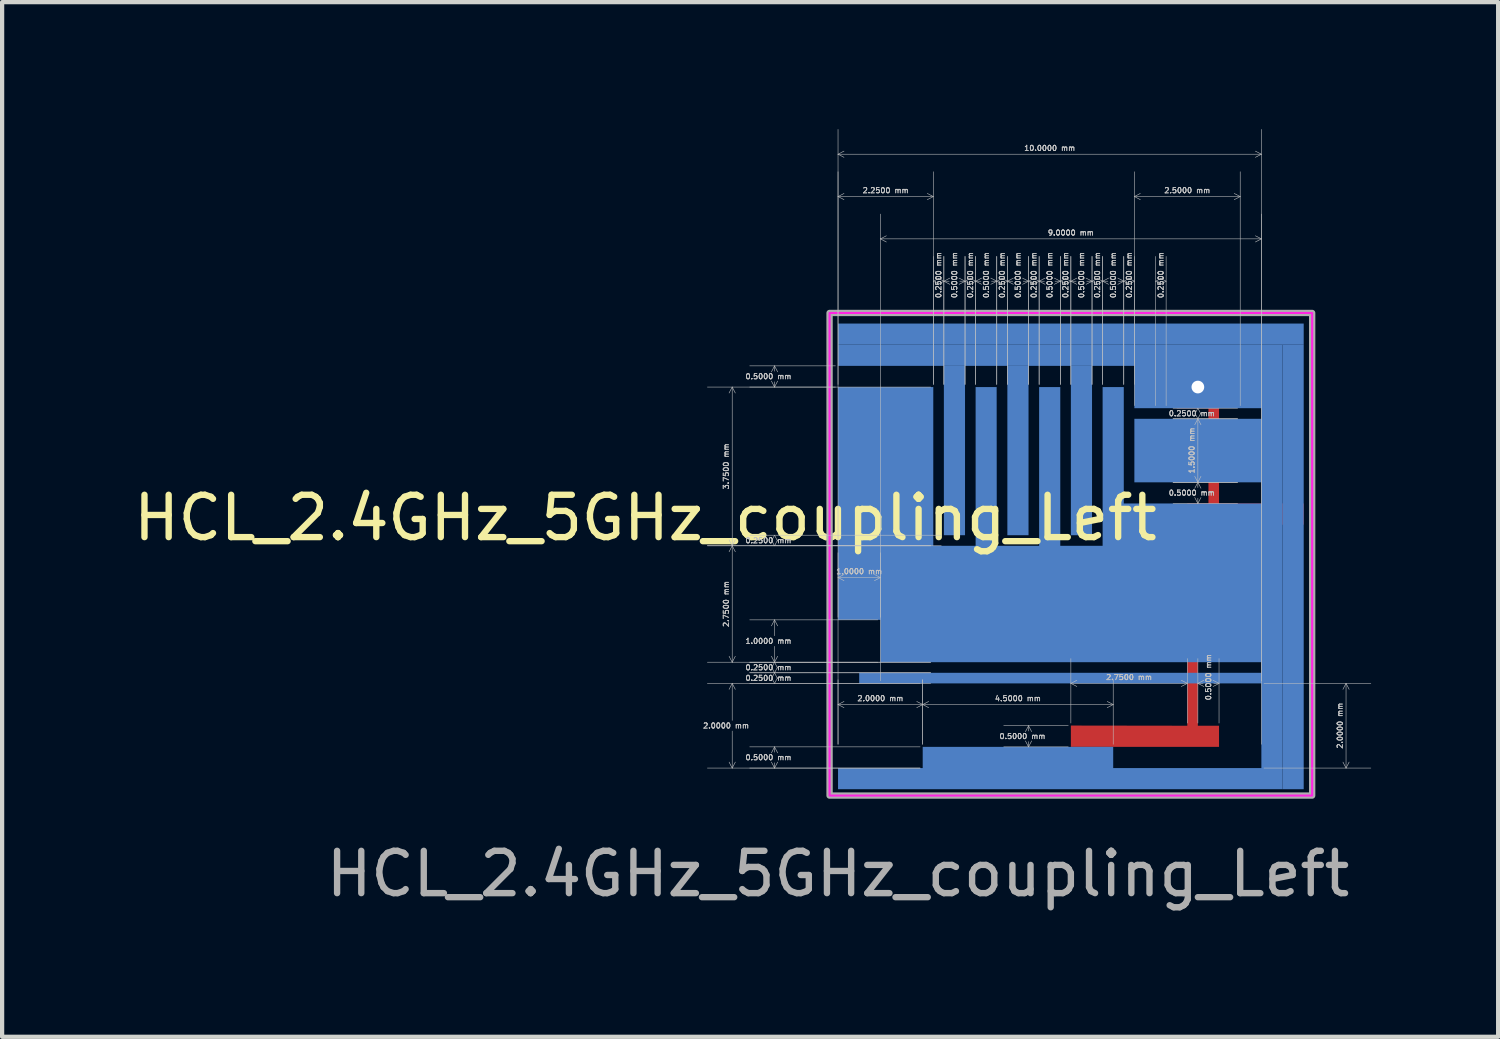
<source format=kicad_pcb>
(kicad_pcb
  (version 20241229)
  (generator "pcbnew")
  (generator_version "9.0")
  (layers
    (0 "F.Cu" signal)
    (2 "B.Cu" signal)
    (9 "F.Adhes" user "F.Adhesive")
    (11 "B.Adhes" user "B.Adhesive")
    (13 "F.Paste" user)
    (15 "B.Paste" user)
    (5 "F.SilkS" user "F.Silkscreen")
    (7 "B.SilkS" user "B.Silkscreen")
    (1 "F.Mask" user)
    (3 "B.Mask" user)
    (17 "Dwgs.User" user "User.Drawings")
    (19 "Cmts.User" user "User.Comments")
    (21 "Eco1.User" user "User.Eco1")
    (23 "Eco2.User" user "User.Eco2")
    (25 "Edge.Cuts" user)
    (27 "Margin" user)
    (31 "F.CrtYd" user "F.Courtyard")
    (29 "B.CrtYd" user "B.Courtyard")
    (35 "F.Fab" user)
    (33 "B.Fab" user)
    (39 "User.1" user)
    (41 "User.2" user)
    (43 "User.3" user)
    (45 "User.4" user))
  (footprint "HCL_2.4GHz_5GHz_coupling_Left"
    (layer "F.Cu")
    (at 16.746 15.593)
    (property "Reference" "HCL_2.4GHz_5GHz_coupling_Left" (at -4.55 -6.41 0) (layer "F.SilkS") (effects (font (size 1 1) (thickness 0.15))))
    (attr exclude_from_pos_files exclude_from_bom)
    (fp_poly (pts (xy 9 -9) (xy 8.75 -9) (xy 8.75 -6.75) (xy 8.25 -6.75) (xy 8.25 -1.5) (xy 5.5 -1.504) (xy 5.5 -1) (xy 8.25 -1) (xy 8.5 -1) (xy 9 -1) (xy 9 -1.5) (xy 8.5 -1.5) (xy 8.5 -6.25) (xy 10.5 -6.25) (xy 10.5 -6.75) (xy 9 -6.75)) (stroke (width 0) (type solid)) (fill yes) (layer "F.Cu"))
    (fp_rect (start 2.5 -10) (end 3 -6) (stroke (width 0) (type solid)) (fill yes) (layer "B.Cu"))
    (fp_rect (start 4 -10) (end 4.5 -6) (stroke (width 0) (type solid)) (fill yes) (layer "B.Cu"))
    (fp_rect (start 5.5 -10) (end 6 -6) (stroke (width 0) (type solid)) (fill yes) (layer "B.Cu"))
    (fp_poly (pts (xy 10.5 0) (xy 10.5 -10.5) (xy 0 -10.5) (xy 0 -10) (xy 7 -10) (xy 7 -9) (xy 10 -9) (xy 10 -8.75) (xy 7 -8.75) (xy 7 -7.25) (xy 10 -7.25) (xy 10 -6.75) (xy 6.75 -6.75) (xy 6.75 -9.5) (xy 6.25 -9.5) (xy 6.25 -5.75) (xy 5.25 -5.75) (xy 5.25 -9.5) (xy 4.75 -9.5) (xy 4.75 -5.75) (xy 3.75 -5.75) (xy 3.747 -9.5) (xy 3.25 -9.5) (xy 3.25 -5.75) (xy 2.25 -5.75) (xy 2.25 -9.5) (xy 0 -9.5) (xy 0 -4) (xy 1 -4) (xy 1 -3) (xy 10 -3) (xy 10 -2.75) (xy 0.5 -2.75) (xy 0.5 -2.5) (xy 10 -2.5) (xy 10 -0.5) (xy 6.5 -0.5) (xy 6.5 -1) (xy 2 -1) (xy 2 -0.5) (xy 0 -0.5) (xy 0 0)) (stroke (width 0) (type solid)) (fill yes) (layer "B.Cu"))
    (fp_rect (start -0.2 -11.25) (end 11.2 0.15) (stroke (width 0.05) (type default)) (fill no) (layer "F.CrtYd"))
    (fp_rect (start -0.2 -11.25) (end 11.2 0.15) (stroke (width 0.15) (type default)) (fill no) (layer "F.Fab"))
    (fp_text user "${REFERENCE}" (at 0 2 0) (layer "F.Fab") (effects (font (size 1 1) (thickness 0.15))))
    (dimension (type orthogonal) (layer "Dwgs.User") (pts (xy 21.996 6.093) (xy 22.246 6.093)) (height -2.5) (orientation 0) (format (prefix "") (suffix "") (units 3) (units_format 1) (precision 4)) (style (thickness 0.013) (arrow_length 0.159) (text_position_mode 0) (arrow_direction outward) (extension_height 0.586) (extension_offset 0.062)) (gr_text "0.2500 mm" (at 22.121 3.449 90) (layer "Dwgs.User") (effects (font (size 0.125 0.125) (thickness 0.019)))))
    (dimension (type orthogonal) (layer "Dwgs.User") (pts (xy 17.746 13.093) (xy 26.746 13.093)) (height -10.5) (orientation 0) (format (prefix "") (suffix "") (units 3) (units_format 1) (precision 4)) (style (thickness 0.013) (arrow_length 0.159) (text_position_mode 0) (arrow_direction outward) (extension_height 0.586) (extension_offset 0.062) (keep_text_aligned yes)) (gr_text "9.0000 mm" (at 22.246 2.449 0) (layer "Dwgs.User") (effects (font (size 0.125 0.125) (thickness 0.019)))))
    (dimension (type orthogonal) (layer "Dwgs.User") (pts (xy 18.996 12.593) (xy 18.996 9.843)) (height -4.75) (orientation 1) (format (prefix "") (suffix "") (units 3) (units_format 1) (precision 4)) (style (thickness 0.013) (arrow_length 0.159) (text_position_mode 0) (arrow_direction outward) (extension_height 0.586) (extension_offset 0.062) (keep_text_aligned yes)) (gr_text "2.7500 mm" (at 14.103 11.218 90) (layer "Dwgs.User") (effects (font (size 0.125 0.125) (thickness 0.019)))))
    (dimension (type orthogonal) (layer "Dwgs.User") (pts (xy 22.246 14.093) (xy 24.996 14.093)) (height -1) (orientation 0) (format (prefix "") (suffix "") (units 3) (units_format 1) (precision 4)) (style (thickness 0.013) (arrow_length 0.159) (text_position_mode 0) (arrow_direction outward) (extension_height 0.586) (extension_offset 0.062) (keep_text_aligned yes)) (gr_text "2.7500 mm" (at 23.621 12.949 0) (layer "Dwgs.User") (effects (font (size 0.125 0.125) (thickness 0.019)))))
    (dimension (type orthogonal) (layer "Dwgs.User") (pts (xy 26.246 6.843) (xy 26.246 6.593)) (height -1) (orientation 1) (format (prefix "") (suffix "") (units 3) (units_format 1) (precision 4)) (style (thickness 0.013) (arrow_length 0.159) (text_position_mode 0) (arrow_direction outward) (extension_height 0.586) (extension_offset 0.062)) (gr_text "0.2500 mm" (at 25.103 6.718 0) (layer "Dwgs.User") (effects (font (size 0.125 0.125) (thickness 0.019)))))
    (dimension (type orthogonal) (layer "Dwgs.User") (pts (xy 18.746 15.093) (xy 18.746 13.093)) (height -4.5) (orientation 1) (format (prefix "") (suffix "") (units 3) (units_format 1) (precision 4)) (style (thickness 0.013) (arrow_length 0.159) (text_position_mode 0) (arrow_direction outward) (extension_height 0.586) (extension_offset 0.062)) (gr_text "2.0000 mm" (at 14.103 14.093 0) (layer "Dwgs.User") (effects (font (size 0.125 0.125) (thickness 0.019)))))
    (dimension (type orthogonal) (layer "Dwgs.User") (pts (xy 20.746 6.093) (xy 21.246 6.093)) (height -2.5) (orientation 0) (format (prefix "") (suffix "") (units 3) (units_format 1) (precision 4)) (style (thickness 0.013) (arrow_length 0.159) (text_position_mode 0) (arrow_direction outward) (extension_height 0.586) (extension_offset 0.062)) (gr_text "0.5000 mm" (at 20.996 3.449 90) (layer "Dwgs.User") (effects (font (size 0.125 0.125) (thickness 0.019)))))
    (dimension (type orthogonal) (layer "Dwgs.User") (pts (xy 21.246 6.093) (xy 21.496 6.093)) (height -2.5) (orientation 0) (format (prefix "") (suffix "") (units 3) (units_format 1) (precision 4)) (style (thickness 0.013) (arrow_length 0.159) (text_position_mode 0) (arrow_direction outward) (extension_height 0.586) (extension_offset 0.062)) (gr_text "0.2500 mm" (at 21.371 3.449 90) (layer "Dwgs.User") (effects (font (size 0.125 0.125) (thickness 0.019)))))
    (dimension (type orthogonal) (layer "Dwgs.User") (pts (xy 26.246 8.843) (xy 26.246 8.343)) (height -1) (orientation 1) (format (prefix "") (suffix "") (units 3) (units_format 1) (precision 4)) (style (thickness 0.013) (arrow_length 0.159) (text_position_mode 0) (arrow_direction outward) (extension_height 0.586) (extension_offset 0.062)) (gr_text "0.5000 mm" (at 25.103 8.593 0) (layer "Dwgs.User") (effects (font (size 0.125 0.125) (thickness 0.019)))))
    (dimension (type orthogonal) (layer "Dwgs.User") (pts (xy 26.246 8.343) (xy 26.246 6.843)) (height -1) (orientation 1) (format (prefix "") (suffix "") (units 3) (units_format 1) (precision 4)) (style (thickness 0.013) (arrow_length 0.159) (text_position_mode 0) (arrow_direction outward) (extension_height 0.586) (extension_offset 0.062) (keep_text_aligned yes)) (gr_text "1.5000 mm" (at 25.103 7.593 90) (layer "Dwgs.User") (effects (font (size 0.125 0.125) (thickness 0.019)))))
    (dimension (type orthogonal) (layer "Dwgs.User") (pts (xy 26.746 15.093) (xy 26.746 13.093)) (height 2) (orientation 1) (format (prefix "") (suffix "") (units 3) (units_format 1) (precision 4)) (style (thickness 0.013) (arrow_length 0.159) (text_position_mode 0) (arrow_direction outward) (extension_height 0.586) (extension_offset 0.062) (keep_text_aligned yes)) (gr_text "2.0000 mm" (at 28.603 14.093 90) (layer "Dwgs.User") (effects (font (size 0.125 0.125) (thickness 0.019)))))
    (dimension (type orthogonal) (layer "Dwgs.User") (pts (xy 20.496 6.093) (xy 20.746 6.093)) (height -2.5) (orientation 0) (format (prefix "") (suffix "") (units 3) (units_format 1) (precision 4)) (style (thickness 0.013) (arrow_length 0.159) (text_position_mode 0) (arrow_direction outward) (extension_height 0.586) (extension_offset 0.062)) (gr_text "0.2500 mm" (at 20.621 3.449 90) (layer "Dwgs.User") (effects (font (size 0.125 0.125) (thickness 0.019)))))
    (dimension (type orthogonal) (layer "Dwgs.User") (pts (xy 19.996 6.093) (xy 20.496 6.093)) (height -2.5) (orientation 0) (format (prefix "") (suffix "") (units 3) (units_format 1) (precision 4)) (style (thickness 0.013) (arrow_length 0.159) (text_position_mode 0) (arrow_direction outward) (extension_height 0.586) (extension_offset 0.062)) (gr_text "0.5000 mm" (at 20.246 3.449 90) (layer "Dwgs.User") (effects (font (size 0.125 0.125) (thickness 0.019)))))
    (dimension (type orthogonal) (layer "Dwgs.User") (pts (xy 25.246 14.093) (xy 25.746 14.093)) (height -1) (orientation 0) (format (prefix "") (suffix "") (units 3) (units_format 1) (precision 4)) (style (thickness 0.013) (arrow_length 0.159) (text_position_mode 0) (arrow_direction outward) (extension_height 0.586) (extension_offset 0.062)) (gr_text "0.5000 mm" (at 25.496 12.949 90) (layer "Dwgs.User") (effects (font (size 0.125 0.125) (thickness 0.019)))))
    (dimension (type orthogonal) (layer "Dwgs.User") (pts (xy 22.246 6.093) (xy 22.746 6.093)) (height -2.5) (orientation 0) (format (prefix "") (suffix "") (units 3) (units_format 1) (precision 4)) (style (thickness 0.013) (arrow_length 0.159) (text_position_mode 0) (arrow_direction outward) (extension_height 0.586) (extension_offset 0.062)) (gr_text "0.5000 mm" (at 22.496 3.449 90) (layer "Dwgs.User") (effects (font (size 0.125 0.125) (thickness 0.019)))))
    (dimension (type orthogonal) (layer "Dwgs.User") (pts (xy 19.746 6.093) (xy 19.996 6.093)) (height -2.5) (orientation 0) (format (prefix "") (suffix "") (units 3) (units_format 1) (precision 4)) (style (thickness 0.013) (arrow_length 0.159) (text_position_mode 0) (arrow_direction outward) (extension_height 0.586) (extension_offset 0.062)) (gr_text "0.2500 mm" (at 19.871 3.449 90) (layer "Dwgs.User") (effects (font (size 0.125 0.125) (thickness 0.019)))))
    (dimension (type orthogonal) (layer "Dwgs.User") (pts (xy 16.746 6.093) (xy 18.996 6.093)) (height -4.5) (orientation 0) (format (prefix "") (suffix "") (units 3) (units_format 1) (precision 4)) (style (thickness 0.013) (arrow_length 0.159) (text_position_mode 0) (arrow_direction outward) (extension_height 0.586) (extension_offset 0.062) (keep_text_aligned yes)) (gr_text "2.2500 mm" (at 17.871 1.449 0) (layer "Dwgs.User") (effects (font (size 0.125 0.125) (thickness 0.019)))))
    (dimension (type orthogonal) (layer "Dwgs.User") (pts (xy 16.746 14.593) (xy 26.746 14.593)) (height -14) (orientation 0) (format (prefix "") (suffix "") (units 3) (units_format 1) (precision 4)) (style (thickness 0.013) (arrow_length 0.159) (text_position_mode 0) (arrow_direction outward) (extension_height 0.586) (extension_offset 0.062) (keep_text_aligned yes)) (gr_text "10.0000 mm" (at 21.746 0.449 0) (layer "Dwgs.User") (effects (font (size 0.125 0.125) (thickness 0.019)))))
    (dimension (type orthogonal) (layer "Dwgs.User") (pts (xy 16.746 14.593) (xy 18.746 14.593)) (height -1) (orientation 0) (format (prefix "") (suffix "") (units 3) (units_format 1) (precision 4)) (style (thickness 0.013) (arrow_length 0.159) (text_position_mode 0) (arrow_direction outward) (extension_height 0.586) (extension_offset 0.062) (keep_text_aligned yes)) (gr_text "2.0000 mm" (at 17.746 13.449 0) (layer "Dwgs.User") (effects (font (size 0.125 0.125) (thickness 0.019)))))
    (dimension (type orthogonal) (layer "Dwgs.User") (pts (xy 24.246 6.593) (xy 24.496 6.593)) (height -3) (orientation 0) (format (prefix "") (suffix "") (units 3) (units_format 1) (precision 4)) (style (thickness 0.013) (arrow_length 0.159) (text_position_mode 0) (arrow_direction outward) (extension_height 0.586) (extension_offset 0.062)) (gr_text "0.2500 mm" (at 24.371 3.449 270) (layer "Dwgs.User") (effects (font (size 0.125 0.125) (thickness 0.019)))))
    (dimension (type orthogonal) (layer "Dwgs.User") (pts (xy 18.996 13.093) (xy 18.996 12.843)) (height -3.75) (orientation 1) (format (prefix "") (suffix "") (units 3) (units_format 1) (precision 4)) (style (thickness 0.013) (arrow_length 0.159) (text_position_mode 0) (arrow_direction outward) (extension_height 0.586) (extension_offset 0.062)) (gr_text "0.2500 mm" (at 15.103 12.968 0) (layer "Dwgs.User") (effects (font (size 0.125 0.125) (thickness 0.019)))))
    (dimension (type orthogonal) (layer "Dwgs.User") (pts (xy 16.746 6.093) (xy 16.746 5.593)) (height -1.5) (orientation 1) (format (prefix "") (suffix "") (units 3) (units_format 1) (precision 4)) (style (thickness 0.013) (arrow_length 0.159) (text_position_mode 0) (arrow_direction outward) (extension_height 0.586) (extension_offset 0.062)) (gr_text "0.5000 mm" (at 15.103 5.843 0) (layer "Dwgs.User") (effects (font (size 0.125 0.125) (thickness 0.019)))))
    (dimension (type orthogonal) (layer "Dwgs.User") (pts (xy 19.246 9.843) (xy 19.246 9.593)) (height -4) (orientation 1) (format (prefix "") (suffix "") (units 3) (units_format 1) (precision 4)) (style (thickness 0.013) (arrow_length 0.159) (text_position_mode 0) (arrow_direction outward) (extension_height 0.586) (extension_offset 0.062)) (gr_text "0.2500 mm" (at 15.103 9.718 0) (layer "Dwgs.User") (effects (font (size 0.125 0.125) (thickness 0.019)))))
    (dimension (type orthogonal) (layer "Dwgs.User") (pts (xy 22.246 14.593) (xy 22.246 14.093)) (height -1) (orientation 1) (format (prefix "") (suffix "") (units 3) (units_format 1) (precision 4)) (style (thickness 0.013) (arrow_length 0.159) (text_position_mode 0) (arrow_direction outward) (extension_height 0.586) (extension_offset 0.062)) (gr_text "0.5000 mm" (at 21.103 14.343 0) (layer "Dwgs.User") (effects (font (size 0.125 0.125) (thickness 0.019)))))
    (dimension (type orthogonal) (layer "Dwgs.User") (pts (xy 17.746 12.593) (xy 17.746 11.593)) (height -2.5) (orientation 1) (format (prefix "") (suffix "") (units 3) (units_format 1) (precision 4)) (style (thickness 0.013) (arrow_length 0.159) (text_position_mode 0) (arrow_direction outward) (extension_height 0.586) (extension_offset 0.062)) (gr_text "1.0000 mm" (at 15.103 12.093 0) (layer "Dwgs.User") (effects (font (size 0.125 0.125) (thickness 0.019)))))
    (dimension (type orthogonal) (layer "Dwgs.User") (pts (xy 22.746 6.093) (xy 22.996 6.093)) (height -2.5) (orientation 0) (format (prefix "") (suffix "") (units 3) (units_format 1) (precision 4)) (style (thickness 0.013) (arrow_length 0.159) (text_position_mode 0) (arrow_direction outward) (extension_height 0.586) (extension_offset 0.062)) (gr_text "0.2500 mm" (at 22.871 3.449 90) (layer "Dwgs.User") (effects (font (size 0.125 0.125) (thickness 0.019)))))
    (dimension (type orthogonal) (layer "Dwgs.User") (pts (xy 18.996 6.093) (xy 19.246 6.093)) (height -2.5) (orientation 0) (format (prefix "") (suffix "") (units 3) (units_format 1) (precision 4)) (style (thickness 0.013) (arrow_length 0.159) (text_position_mode 0) (arrow_direction outward) (extension_height 0.586) (extension_offset 0.062)) (gr_text "0.2500 mm" (at 19.121 3.449 90) (layer "Dwgs.User") (effects (font (size 0.125 0.125) (thickness 0.019)))))
    (dimension (type orthogonal) (layer "Dwgs.User") (pts (xy 18.996 12.843) (xy 18.996 12.593)) (height -3.75) (orientation 1) (format (prefix "") (suffix "") (units 3) (units_format 1) (precision 4)) (style (thickness 0.013) (arrow_length 0.159) (text_position_mode 0) (arrow_direction outward) (extension_height 0.586) (extension_offset 0.062)) (gr_text "0.2500 mm" (at 15.103 12.718 0) (layer "Dwgs.User") (effects (font (size 0.125 0.125) (thickness 0.019)))))
    (dimension (type orthogonal) (layer "Dwgs.User") (pts (xy 23.746 6.593) (xy 26.246 6.593)) (height -5) (orientation 0) (format (prefix "") (suffix "") (units 3) (units_format 1) (precision 4)) (style (thickness 0.013) (arrow_length 0.159) (text_position_mode 0) (arrow_direction outward) (extension_height 0.586) (extension_offset 0.062) (keep_text_aligned yes)) (gr_text "2.5000 mm" (at 24.996 1.449 0) (layer "Dwgs.User") (effects (font (size 0.125 0.125) (thickness 0.019)))))
    (dimension (type orthogonal) (layer "Dwgs.User") (pts (xy 21.496 6.093) (xy 21.996 6.093)) (height -2.5) (orientation 0) (format (prefix "") (suffix "") (units 3) (units_format 1) (precision 4)) (style (thickness 0.013) (arrow_length 0.159) (text_position_mode 0) (arrow_direction outward) (extension_height 0.586) (extension_offset 0.062)) (gr_text "0.5000 mm" (at 21.746 3.449 90) (layer "Dwgs.User") (effects (font (size 0.125 0.125) (thickness 0.019)))))
    (dimension (type orthogonal) (layer "Dwgs.User") (pts (xy 19.246 6.093) (xy 19.746 6.093)) (height -2.5) (orientation 0) (format (prefix "") (suffix "") (units 3) (units_format 1) (precision 4)) (style (thickness 0.013) (arrow_length 0.159) (text_position_mode 0) (arrow_direction outward) (extension_height 0.586) (extension_offset 0.062)) (gr_text "0.5000 mm" (at 19.496 3.449 90) (layer "Dwgs.User") (effects (font (size 0.125 0.125) (thickness 0.019)))))
    (dimension (type orthogonal) (layer "Dwgs.User") (pts (xy 16.746 11.593) (xy 17.746 11.593)) (height -1) (orientation 0) (format (prefix "") (suffix "") (units 3) (units_format 1) (precision 4)) (style (thickness 0.013) (arrow_length 0.159) (text_position_mode 0) (arrow_direction outward) (extension_height 0.586) (extension_offset 0.062) (keep_text_aligned yes)) (gr_text "1.0000 mm" (at 17.246 10.449 0) (layer "Dwgs.User") (effects (font (size 0.125 0.125) (thickness 0.019)))))
    (dimension (type orthogonal) (layer "Dwgs.User") (pts (xy 18.746 14.593) (xy 23.246 14.593)) (height -1) (orientation 0) (format (prefix "") (suffix "") (units 3) (units_format 1) (precision 4)) (style (thickness 0.013) (arrow_length 0.159) (text_position_mode 0) (arrow_direction outward) (extension_height 0.586) (extension_offset 0.062) (keep_text_aligned yes)) (gr_text "4.5000 mm" (at 20.996 13.449 0) (layer "Dwgs.User") (effects (font (size 0.125 0.125) (thickness 0.019)))))
    (dimension (type orthogonal) (layer "Dwgs.User") (pts (xy 18.746 15.093) (xy 18.746 14.593)) (height -3.5) (orientation 1) (format (prefix "") (suffix "") (units 3) (units_format 1) (precision 4)) (style (thickness 0.013) (arrow_length 0.159) (text_position_mode 0) (arrow_direction outward) (extension_height 0.586) (extension_offset 0.062)) (gr_text "0.5000 mm" (at 15.103 14.843 0) (layer "Dwgs.User") (effects (font (size 0.125 0.125) (thickness 0.019)))))
    (dimension (type orthogonal) (layer "Dwgs.User") (pts (xy 18.996 9.843) (xy 18.996 6.093)) (height -4.75) (orientation 1) (format (prefix "") (suffix "") (units 3) (units_format 1) (precision 4)) (style (thickness 0.013) (arrow_length 0.159) (text_position_mode 0) (arrow_direction outward) (extension_height 0.586) (extension_offset 0.062) (keep_text_aligned yes)) (gr_text "3.7500 mm" (at 14.103 7.968 90) (layer "Dwgs.User") (effects (font (size 0.125 0.125) (thickness 0.019)))))
    (dimension (type orthogonal) (layer "Dwgs.User") (pts (xy 22.996 6.093) (xy 23.496 6.093)) (height -2.5) (orientation 0) (format (prefix "") (suffix "") (units 3) (units_format 1) (precision 4)) (style (thickness 0.013) (arrow_length 0.159) (text_position_mode 0) (arrow_direction outward) (extension_height 0.586) (extension_offset 0.062)) (gr_text "0.5000 mm" (at 23.246 3.449 90) (layer "Dwgs.User") (effects (font (size 0.125 0.125) (thickness 0.019)))))
    (dimension (type orthogonal) (layer "Dwgs.User") (pts (xy 23.496 6.093) (xy 23.746 6.093)) (height -2.5) (orientation 0) (format (prefix "") (suffix "") (units 3) (units_format 1) (precision 4)) (style (thickness 0.013) (arrow_length 0.159) (text_position_mode 0) (arrow_direction outward) (extension_height 0.586) (extension_offset 0.062)) (gr_text "0.2500 mm" (at 23.621 3.449 90) (layer "Dwgs.User") (effects (font (size 0.125 0.125) (thickness 0.019)))))
    (pad "" thru_hole rect (at 8.5 -9.5) (size 1 1) (drill 0.3) (layers "*.Cu"))
    (pad "1" connect rect (at 10.75 -6.5 180) (size 0.5 0.5) (layers "F.Cu"))
    (pad "2" connect rect (at 5.5 -10.75 180) (size 11 0.5) (layers "B.Cu"))
    (pad "2" connect rect (at 10.75 -5.25 90) (size 10.5 0.5) (layers "B.Cu"))
    (zone (net_name "") (layers "F.Cu" "B.Cu") (hatch edge 0.5) (connect_pads) (min_thickness 0.25) (filled_areas_thickness no) (keepout (tracks not_allowed) (vias not_allowed) (pads allowed) (copperpour not_allowed) (footprints allowed)) (placement (enabled no)) (fill) (polygon (pts (xy 16.746 15.593) (xy 26.746 15.593) (xy 26.746 5.593) (xy 16.746 5.593)))))
  (gr_rect
    (start -3 -3)
    (end 32.339 21.441)
    (stroke (width 0.1) (type default))
    (fill no)
    (layer "Edge.Cuts")))
</source>
